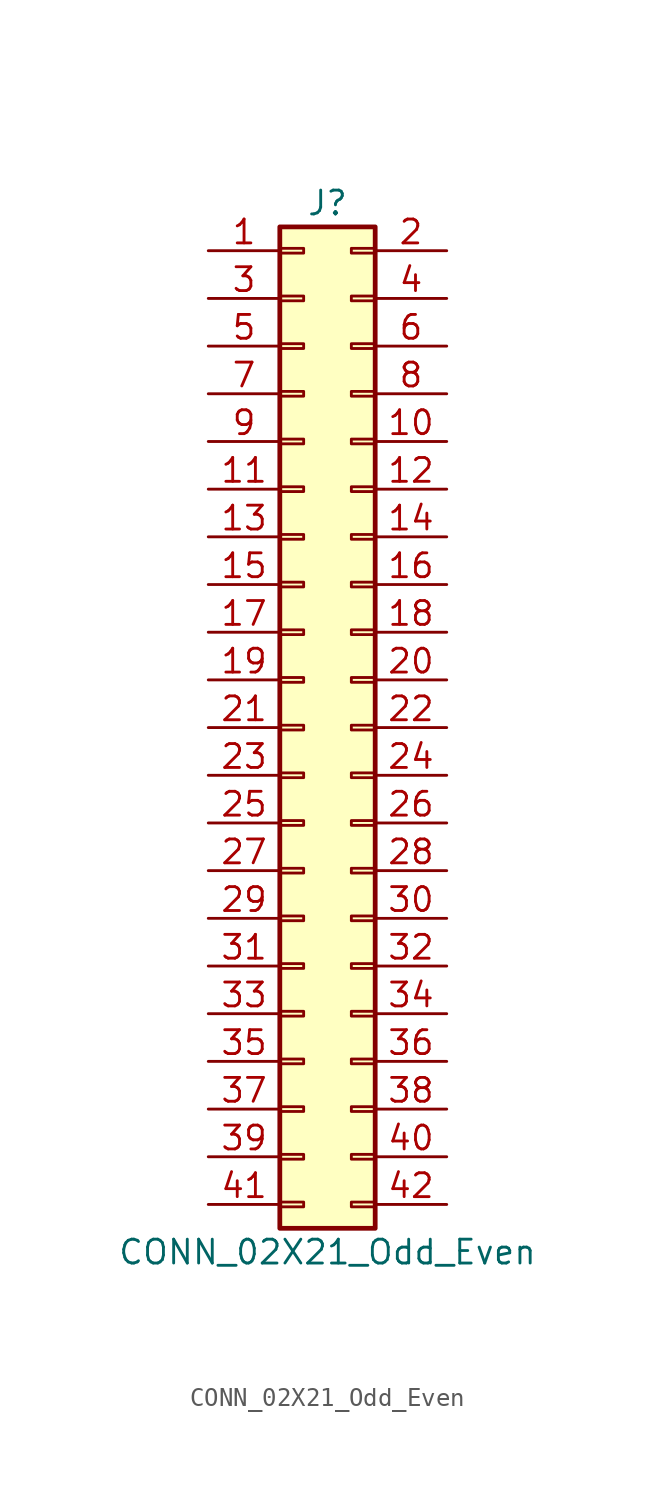
<source format=kicad_sym>
(kicad_symbol_lib
  (version 20211014)
  (generator kicad_symbol_editor)
  (symbol "CONN_02X21_Odd_Even"
    (pin_names
      (offset 1.016) hide)
    (property "Reference" "J"
      (at 1.27 27.94 0)
      (effects (font (size 1.27 1.27))))
    (property "Value" "CONN_02X21_Odd_Even"
      (at 1.27 -27.94 0)
      (effects (font (size 1.27 1.27))))
    (symbol "CONN_02X21_Odd_Even_1_1"
      (rectangle (start -1.27 -25.273) (end 0 -25.527) (stroke (width 0.152) (type default) (color 0 0 0 0)) (fill (type none)))
      (rectangle (start -1.27 -22.733) (end 0 -22.987) (stroke (width 0.152) (type default) (color 0 0 0 0)) (fill (type none)))
      (rectangle (start -1.27 -20.193) (end 0 -20.447) (stroke (width 0.152) (type default) (color 0 0 0 0)) (fill (type none)))
      (rectangle (start -1.27 -17.653) (end 0 -17.907) (stroke (width 0.152) (type default) (color 0 0 0 0)) (fill (type none)))
      (rectangle (start -1.27 -15.113) (end 0 -15.367) (stroke (width 0.152) (type default) (color 0 0 0 0)) (fill (type none)))
      (rectangle (start -1.27 -12.573) (end 0 -12.827) (stroke (width 0.152) (type default) (color 0 0 0 0)) (fill (type none)))
      (rectangle (start -1.27 -10.033) (end 0 -10.287) (stroke (width 0.152) (type default) (color 0 0 0 0)) (fill (type none)))
      (rectangle (start -1.27 -7.493) (end 0 -7.747) (stroke (width 0.152) (type default) (color 0 0 0 0)) (fill (type none)))
      (rectangle (start -1.27 -4.953) (end 0 -5.207) (stroke (width 0.152) (type default) (color 0 0 0 0)) (fill (type none)))
      (rectangle (start -1.27 -2.413) (end 0 -2.667) (stroke (width 0.152) (type default) (color 0 0 0 0)) (fill (type none)))
      (rectangle (start -1.27 0.127) (end 0 -0.127) (stroke (width 0.152) (type default) (color 0 0 0 0)) (fill (type none)))
      (rectangle (start -1.27 2.667) (end 0 2.413) (stroke (width 0.152) (type default) (color 0 0 0 0)) (fill (type none)))
      (rectangle (start -1.27 5.207) (end 0 4.953) (stroke (width 0.152) (type default) (color 0 0 0 0)) (fill (type none)))
      (rectangle (start -1.27 7.747) (end 0 7.493) (stroke (width 0.152) (type default) (color 0 0 0 0)) (fill (type none)))
      (rectangle (start -1.27 10.287) (end 0 10.033) (stroke (width 0.152) (type default) (color 0 0 0 0)) (fill (type none)))
      (rectangle (start -1.27 12.827) (end 0 12.573) (stroke (width 0.152) (type default) (color 0 0 0 0)) (fill (type none)))
      (rectangle (start -1.27 15.367) (end 0 15.113) (stroke (width 0.152) (type default) (color 0 0 0 0)) (fill (type none)))
      (rectangle (start -1.27 17.907) (end 0 17.653) (stroke (width 0.152) (type default) (color 0 0 0 0)) (fill (type none)))
      (rectangle (start -1.27 20.447) (end 0 20.193) (stroke (width 0.152) (type default) (color 0 0 0 0)) (fill (type none)))
      (rectangle (start -1.27 22.987) (end 0 22.733) (stroke (width 0.152) (type default) (color 0 0 0 0)) (fill (type none)))
      (rectangle (start -1.27 25.527) (end 0 25.273) (stroke (width 0.152) (type default) (color 0 0 0 0)) (fill (type none)))
      (rectangle (start -1.27 26.67) (end 3.81 -26.67) (stroke (width 0.254) (type default) (color 0 0 0 0)) (fill (type background)))
      (rectangle (start 3.81 -25.273) (end 2.54 -25.527) (stroke (width 0.152) (type default) (color 0 0 0 0)) (fill (type none)))
      (rectangle (start 3.81 -22.733) (end 2.54 -22.987) (stroke (width 0.152) (type default) (color 0 0 0 0)) (fill (type none)))
      (rectangle (start 3.81 -20.193) (end 2.54 -20.447) (stroke (width 0.152) (type default) (color 0 0 0 0)) (fill (type none)))
      (rectangle (start 3.81 -17.653) (end 2.54 -17.907) (stroke (width 0.152) (type default) (color 0 0 0 0)) (fill (type none)))
      (rectangle (start 3.81 -15.113) (end 2.54 -15.367) (stroke (width 0.152) (type default) (color 0 0 0 0)) (fill (type none)))
      (rectangle (start 3.81 -12.573) (end 2.54 -12.827) (stroke (width 0.152) (type default) (color 0 0 0 0)) (fill (type none)))
      (rectangle (start 3.81 -10.033) (end 2.54 -10.287) (stroke (width 0.152) (type default) (color 0 0 0 0)) (fill (type none)))
      (rectangle (start 3.81 -7.493) (end 2.54 -7.747) (stroke (width 0.152) (type default) (color 0 0 0 0)) (fill (type none)))
      (rectangle (start 3.81 -4.953) (end 2.54 -5.207) (stroke (width 0.152) (type default) (color 0 0 0 0)) (fill (type none)))
      (rectangle (start 3.81 -2.413) (end 2.54 -2.667) (stroke (width 0.152) (type default) (color 0 0 0 0)) (fill (type none)))
      (rectangle (start 3.81 0.127) (end 2.54 -0.127) (stroke (width 0.152) (type default) (color 0 0 0 0)) (fill (type none)))
      (rectangle (start 3.81 2.667) (end 2.54 2.413) (stroke (width 0.152) (type default) (color 0 0 0 0)) (fill (type none)))
      (rectangle (start 3.81 5.207) (end 2.54 4.953) (stroke (width 0.152) (type default) (color 0 0 0 0)) (fill (type none)))
      (rectangle (start 3.81 7.747) (end 2.54 7.493) (stroke (width 0.152) (type default) (color 0 0 0 0)) (fill (type none)))
      (rectangle (start 3.81 10.287) (end 2.54 10.033) (stroke (width 0.152) (type default) (color 0 0 0 0)) (fill (type none)))
      (rectangle (start 3.81 12.827) (end 2.54 12.573) (stroke (width 0.152) (type default) (color 0 0 0 0)) (fill (type none)))
      (rectangle (start 3.81 15.367) (end 2.54 15.113) (stroke (width 0.152) (type default) (color 0 0 0 0)) (fill (type none)))
      (rectangle (start 3.81 17.907) (end 2.54 17.653) (stroke (width 0.152) (type default) (color 0 0 0 0)) (fill (type none)))
      (rectangle (start 3.81 20.447) (end 2.54 20.193) (stroke (width 0.152) (type default) (color 0 0 0 0)) (fill (type none)))
      (rectangle (start 3.81 22.987) (end 2.54 22.733) (stroke (width 0.152) (type default) (color 0 0 0 0)) (fill (type none)))
      (rectangle (start 3.81 25.527) (end 2.54 25.273) (stroke (width 0.152) (type default) (color 0 0 0 0)) (fill (type none)))
      (pin passive line (at -5.08 25.4 0) (length 3.81) (name "Pin_1" (effects (font (size 1.27 1.27)))) (number "1" (effects (font (size 1.27 1.27)))))
      (pin passive line (at 7.62 15.24 180) (length 3.81) (name "Pin_10" (effects (font (size 1.27 1.27)))) (number "10" (effects (font (size 1.27 1.27)))))
      (pin passive line (at -5.08 12.7 0) (length 3.81) (name "Pin_11" (effects (font (size 1.27 1.27)))) (number "11" (effects (font (size 1.27 1.27)))))
      (pin passive line (at 7.62 12.7 180) (length 3.81) (name "Pin_12" (effects (font (size 1.27 1.27)))) (number "12" (effects (font (size 1.27 1.27)))))
      (pin passive line (at -5.08 10.16 0) (length 3.81) (name "Pin_13" (effects (font (size 1.27 1.27)))) (number "13" (effects (font (size 1.27 1.27)))))
      (pin passive line (at 7.62 10.16 180) (length 3.81) (name "Pin_14" (effects (font (size 1.27 1.27)))) (number "14" (effects (font (size 1.27 1.27)))))
      (pin passive line (at -5.08 7.62 0) (length 3.81) (name "Pin_15" (effects (font (size 1.27 1.27)))) (number "15" (effects (font (size 1.27 1.27)))))
      (pin passive line (at 7.62 7.62 180) (length 3.81) (name "Pin_16" (effects (font (size 1.27 1.27)))) (number "16" (effects (font (size 1.27 1.27)))))
      (pin passive line (at -5.08 5.08 0) (length 3.81) (name "Pin_17" (effects (font (size 1.27 1.27)))) (number "17" (effects (font (size 1.27 1.27)))))
      (pin passive line (at 7.62 5.08 180) (length 3.81) (name "Pin_18" (effects (font (size 1.27 1.27)))) (number "18" (effects (font (size 1.27 1.27)))))
      (pin passive line (at -5.08 2.54 0) (length 3.81) (name "Pin_19" (effects (font (size 1.27 1.27)))) (number "19" (effects (font (size 1.27 1.27)))))
      (pin passive line (at 7.62 25.4 180) (length 3.81) (name "Pin_2" (effects (font (size 1.27 1.27)))) (number "2" (effects (font (size 1.27 1.27)))))
      (pin passive line (at 7.62 2.54 180) (length 3.81) (name "Pin_20" (effects (font (size 1.27 1.27)))) (number "20" (effects (font (size 1.27 1.27)))))
      (pin passive line (at -5.08 0 0) (length 3.81) (name "Pin_21" (effects (font (size 1.27 1.27)))) (number "21" (effects (font (size 1.27 1.27)))))
      (pin passive line (at 7.62 0 180) (length 3.81) (name "Pin_22" (effects (font (size 1.27 1.27)))) (number "22" (effects (font (size 1.27 1.27)))))
      (pin passive line (at -5.08 -2.54 0) (length 3.81) (name "Pin_23" (effects (font (size 1.27 1.27)))) (number "23" (effects (font (size 1.27 1.27)))))
      (pin passive line (at 7.62 -2.54 180) (length 3.81) (name "Pin_24" (effects (font (size 1.27 1.27)))) (number "24" (effects (font (size 1.27 1.27)))))
      (pin passive line (at -5.08 -5.08 0) (length 3.81) (name "Pin_25" (effects (font (size 1.27 1.27)))) (number "25" (effects (font (size 1.27 1.27)))))
      (pin passive line (at 7.62 -5.08 180) (length 3.81) (name "Pin_26" (effects (font (size 1.27 1.27)))) (number "26" (effects (font (size 1.27 1.27)))))
      (pin passive line (at -5.08 -7.62 0) (length 3.81) (name "Pin_27" (effects (font (size 1.27 1.27)))) (number "27" (effects (font (size 1.27 1.27)))))
      (pin passive line (at 7.62 -7.62 180) (length 3.81) (name "Pin_28" (effects (font (size 1.27 1.27)))) (number "28" (effects (font (size 1.27 1.27)))))
      (pin passive line (at -5.08 -10.16 0) (length 3.81) (name "Pin_29" (effects (font (size 1.27 1.27)))) (number "29" (effects (font (size 1.27 1.27)))))
      (pin passive line (at -5.08 22.86 0) (length 3.81) (name "Pin_3" (effects (font (size 1.27 1.27)))) (number "3" (effects (font (size 1.27 1.27)))))
      (pin passive line (at 7.62 -10.16 180) (length 3.81) (name "Pin_30" (effects (font (size 1.27 1.27)))) (number "30" (effects (font (size 1.27 1.27)))))
      (pin passive line (at -5.08 -12.7 0) (length 3.81) (name "Pin_31" (effects (font (size 1.27 1.27)))) (number "31" (effects (font (size 1.27 1.27)))))
      (pin passive line (at 7.62 -12.7 180) (length 3.81) (name "Pin_32" (effects (font (size 1.27 1.27)))) (number "32" (effects (font (size 1.27 1.27)))))
      (pin passive line (at -5.08 -15.24 0) (length 3.81) (name "Pin_33" (effects (font (size 1.27 1.27)))) (number "33" (effects (font (size 1.27 1.27)))))
      (pin passive line (at 7.62 -15.24 180) (length 3.81) (name "Pin_34" (effects (font (size 1.27 1.27)))) (number "34" (effects (font (size 1.27 1.27)))))
      (pin passive line (at -5.08 -17.78 0) (length 3.81) (name "Pin_35" (effects (font (size 1.27 1.27)))) (number "35" (effects (font (size 1.27 1.27)))))
      (pin passive line (at 7.62 -17.78 180) (length 3.81) (name "Pin_36" (effects (font (size 1.27 1.27)))) (number "36" (effects (font (size 1.27 1.27)))))
      (pin passive line (at -5.08 -20.32 0) (length 3.81) (name "Pin_37" (effects (font (size 1.27 1.27)))) (number "37" (effects (font (size 1.27 1.27)))))
      (pin passive line (at 7.62 -20.32 180) (length 3.81) (name "Pin_38" (effects (font (size 1.27 1.27)))) (number "38" (effects (font (size 1.27 1.27)))))
      (pin passive line (at -5.08 -22.86 0) (length 3.81) (name "Pin_39" (effects (font (size 1.27 1.27)))) (number "39" (effects (font (size 1.27 1.27)))))
      (pin passive line (at 7.62 22.86 180) (length 3.81) (name "Pin_4" (effects (font (size 1.27 1.27)))) (number "4" (effects (font (size 1.27 1.27)))))
      (pin passive line (at 7.62 -22.86 180) (length 3.81) (name "Pin_40" (effects (font (size 1.27 1.27)))) (number "40" (effects (font (size 1.27 1.27)))))
      (pin passive line (at -5.08 -25.4 0) (length 3.81) (name "Pin_41" (effects (font (size 1.27 1.27)))) (number "41" (effects (font (size 1.27 1.27)))))
      (pin passive line (at 7.62 -25.4 180) (length 3.81) (name "Pin_42" (effects (font (size 1.27 1.27)))) (number "42" (effects (font (size 1.27 1.27)))))
      (pin passive line (at -5.08 20.32 0) (length 3.81) (name "Pin_5" (effects (font (size 1.27 1.27)))) (number "5" (effects (font (size 1.27 1.27)))))
      (pin passive line (at 7.62 20.32 180) (length 3.81) (name "Pin_6" (effects (font (size 1.27 1.27)))) (number "6" (effects (font (size 1.27 1.27)))))
      (pin passive line (at -5.08 17.78 0) (length 3.81) (name "Pin_7" (effects (font (size 1.27 1.27)))) (number "7" (effects (font (size 1.27 1.27)))))
      (pin passive line (at 7.62 17.78 180) (length 3.81) (name "Pin_8" (effects (font (size 1.27 1.27)))) (number "8" (effects (font (size 1.27 1.27)))))
      (pin passive line (at -5.08 15.24 0) (length 3.81) (name "Pin_9" (effects (font (size 1.27 1.27)))) (number "9" (effects (font (size 1.27 1.27))))))))
</source>
